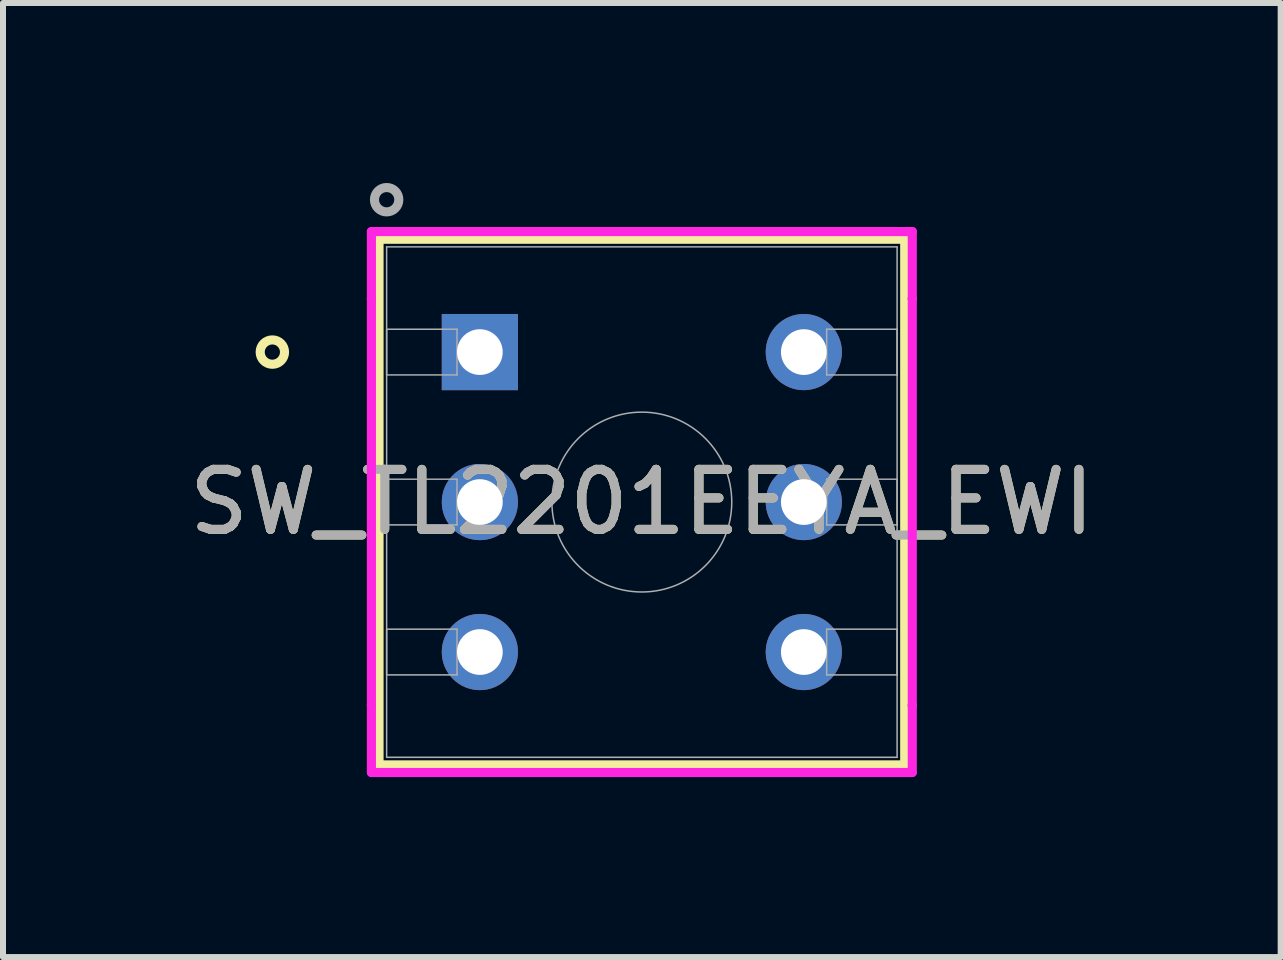
<source format=kicad_pcb>
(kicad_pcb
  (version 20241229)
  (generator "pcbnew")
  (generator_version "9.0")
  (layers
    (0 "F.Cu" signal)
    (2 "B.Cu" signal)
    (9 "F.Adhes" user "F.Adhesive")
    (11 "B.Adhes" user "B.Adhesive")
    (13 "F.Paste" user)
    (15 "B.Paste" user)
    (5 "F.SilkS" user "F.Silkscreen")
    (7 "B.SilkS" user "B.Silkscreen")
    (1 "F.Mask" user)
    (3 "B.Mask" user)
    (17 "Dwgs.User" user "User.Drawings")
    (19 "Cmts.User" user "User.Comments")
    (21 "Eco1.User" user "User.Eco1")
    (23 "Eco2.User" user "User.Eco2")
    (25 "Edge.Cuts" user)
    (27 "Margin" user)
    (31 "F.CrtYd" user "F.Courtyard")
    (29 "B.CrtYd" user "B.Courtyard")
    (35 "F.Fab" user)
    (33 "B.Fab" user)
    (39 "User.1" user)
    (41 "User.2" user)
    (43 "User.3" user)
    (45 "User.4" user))
  (footprint "SW_TL2201EEYA_EWI"
    (layer "F.Cu")
    (at 4.949 2.819)
    (property "Reference" "SW_TL2201EEYA_EWI" (at 2.7 2.5 0) (unlocked yes) (layer "F.SilkS") (effects (font (size 1 1) (thickness 0.15))))
    (attr through_hole)
    (fp_line (start -1.681 -1.881) (end -1.681 6.881) (stroke (width 0.152) (type solid)) (layer "F.SilkS"))
    (fp_line (start -1.681 6.881) (end 7.082 6.881) (stroke (width 0.152) (type solid)) (layer "F.SilkS"))
    (fp_line (start 7.082 -1.881) (end -1.681 -1.881) (stroke (width 0.152) (type solid)) (layer "F.SilkS"))
    (fp_line (start 7.082 6.881) (end 7.082 -1.881) (stroke (width 0.152) (type solid)) (layer "F.SilkS"))
    (fp_circle (center -3.459 0) (end -3.256 0) (stroke (width 0.152) (type solid)) (fill no) (layer "F.SilkS"))
    (fp_line (start -1.808 -2.009) (end 7.208 -2.009) (stroke (width 0.152) (type solid)) (layer "F.CrtYd"))
    (fp_line (start -1.808 -0.889) (end -1.808 -2.009) (stroke (width 0.152) (type solid)) (layer "F.CrtYd"))
    (fp_line (start -1.808 -0.889) (end -1.808 -0.889) (stroke (width 0.152) (type solid)) (layer "F.CrtYd"))
    (fp_line (start -1.808 5.889) (end -1.808 -0.889) (stroke (width 0.152) (type solid)) (layer "F.CrtYd"))
    (fp_line (start -1.808 5.889) (end -1.808 5.889) (stroke (width 0.152) (type solid)) (layer "F.CrtYd"))
    (fp_line (start -1.808 7.008) (end -1.808 5.889) (stroke (width 0.152) (type solid)) (layer "F.CrtYd"))
    (fp_line (start 7.208 -2.009) (end 7.208 -0.889) (stroke (width 0.152) (type solid)) (layer "F.CrtYd"))
    (fp_line (start 7.208 -0.889) (end 7.208 -0.889) (stroke (width 0.152) (type solid)) (layer "F.CrtYd"))
    (fp_line (start 7.208 -0.889) (end 7.208 5.889) (stroke (width 0.152) (type solid)) (layer "F.CrtYd"))
    (fp_line (start 7.208 5.889) (end 7.208 5.889) (stroke (width 0.152) (type solid)) (layer "F.CrtYd"))
    (fp_line (start 7.208 5.889) (end 7.208 7.008) (stroke (width 0.152) (type solid)) (layer "F.CrtYd"))
    (fp_line (start 7.208 7.008) (end -1.808 7.008) (stroke (width 0.152) (type solid)) (layer "F.CrtYd"))
    (fp_line (start -1.554 -1.754) (end -1.554 6.755) (stroke (width 0.025) (type solid)) (layer "F.Fab"))
    (fp_line (start -1.554 -0.381) (end -0.381 -0.381) (stroke (width 0.025) (type solid)) (layer "F.Fab"))
    (fp_line (start -1.554 0.381) (end -1.554 -0.381) (stroke (width 0.025) (type solid)) (layer "F.Fab"))
    (fp_line (start -1.554 2.119) (end -0.381 2.119) (stroke (width 0.025) (type solid)) (layer "F.Fab"))
    (fp_line (start -1.554 2.881) (end -1.554 2.119) (stroke (width 0.025) (type solid)) (layer "F.Fab"))
    (fp_line (start -1.554 4.619) (end -0.381 4.619) (stroke (width 0.025) (type solid)) (layer "F.Fab"))
    (fp_line (start -1.554 5.381) (end -1.554 4.619) (stroke (width 0.025) (type solid)) (layer "F.Fab"))
    (fp_line (start -1.554 6.755) (end 6.955 6.755) (stroke (width 0.025) (type solid)) (layer "F.Fab"))
    (fp_line (start -0.381 -0.381) (end -0.381 0.381) (stroke (width 0.025) (type solid)) (layer "F.Fab"))
    (fp_line (start -0.381 0.381) (end -1.554 0.381) (stroke (width 0.025) (type solid)) (layer "F.Fab"))
    (fp_line (start -0.381 2.119) (end -0.381 2.881) (stroke (width 0.025) (type solid)) (layer "F.Fab"))
    (fp_line (start -0.381 2.881) (end -1.554 2.881) (stroke (width 0.025) (type solid)) (layer "F.Fab"))
    (fp_line (start -0.381 4.619) (end -0.381 5.381) (stroke (width 0.025) (type solid)) (layer "F.Fab"))
    (fp_line (start -0.381 5.381) (end -1.554 5.381) (stroke (width 0.025) (type solid)) (layer "F.Fab"))
    (fp_line (start 5.781 -0.381) (end 6.955 -0.381) (stroke (width 0.025) (type solid)) (layer "F.Fab"))
    (fp_line (start 5.781 0.381) (end 5.781 -0.381) (stroke (width 0.025) (type solid)) (layer "F.Fab"))
    (fp_line (start 5.781 2.119) (end 6.955 2.119) (stroke (width 0.025) (type solid)) (layer "F.Fab"))
    (fp_line (start 5.781 2.881) (end 5.781 2.119) (stroke (width 0.025) (type solid)) (layer "F.Fab"))
    (fp_line (start 5.781 4.619) (end 6.955 4.619) (stroke (width 0.025) (type solid)) (layer "F.Fab"))
    (fp_line (start 5.781 5.381) (end 5.781 4.619) (stroke (width 0.025) (type solid)) (layer "F.Fab"))
    (fp_line (start 6.955 -1.754) (end -1.554 -1.754) (stroke (width 0.025) (type solid)) (layer "F.Fab"))
    (fp_line (start 6.955 -0.381) (end 6.955 0.381) (stroke (width 0.025) (type solid)) (layer "F.Fab"))
    (fp_line (start 6.955 0.381) (end 5.781 0.381) (stroke (width 0.025) (type solid)) (layer "F.Fab"))
    (fp_line (start 6.955 2.119) (end 6.955 2.881) (stroke (width 0.025) (type solid)) (layer "F.Fab"))
    (fp_line (start 6.955 2.881) (end 5.781 2.881) (stroke (width 0.025) (type solid)) (layer "F.Fab"))
    (fp_line (start 6.955 4.619) (end 6.955 5.381) (stroke (width 0.025) (type solid)) (layer "F.Fab"))
    (fp_line (start 6.955 5.381) (end 5.781 5.381) (stroke (width 0.025) (type solid)) (layer "F.Fab"))
    (fp_line (start 6.955 6.755) (end 6.955 -1.754) (stroke (width 0.025) (type solid)) (layer "F.Fab"))
    (fp_circle (center -1.554 -2.54) (end -1.351 -2.54) (stroke (width 0.152) (type solid)) (fill no) (layer "F.Fab"))
    (fp_circle (center 2.7 2.5) (end 4.199 2.5) (stroke (width 0.025) (type solid)) (fill no) (layer "F.Fab"))
    (fp_text user "${REFERENCE}" (at 2.7 2.5 0) (unlocked yes) (layer "F.Fab") (effects (font (size 1 1) (thickness 0.15))))
    (pad "1" thru_hole rect (at 0 0) (size 1.27 1.27) (drill 0.762) (layers "*.Cu" "*.Mask"))
    (pad "2" thru_hole circle (at 0 2.5) (size 1.27 1.27) (drill 0.762) (layers "*.Cu" "*.Mask"))
    (pad "3" thru_hole circle (at 0 5) (size 1.27 1.27) (drill 0.762) (layers "*.Cu" "*.Mask"))
    (pad "4" thru_hole circle (at 5.4 5) (size 1.27 1.27) (drill 0.762) (layers "*.Cu" "*.Mask"))
    (pad "5" thru_hole circle (at 5.4 2.5) (size 1.27 1.27) (drill 0.762) (layers "*.Cu" "*.Mask"))
    (pad "6" thru_hole circle (at 5.4 0) (size 1.27 1.27) (drill 0.762) (layers "*.Cu" "*.Mask")))
  (gr_rect
    (start -3 -3)
    (end 18.298 12.904)
    (stroke (width 0.1) (type default))
    (fill no)
    (layer "Edge.Cuts")))
</source>
